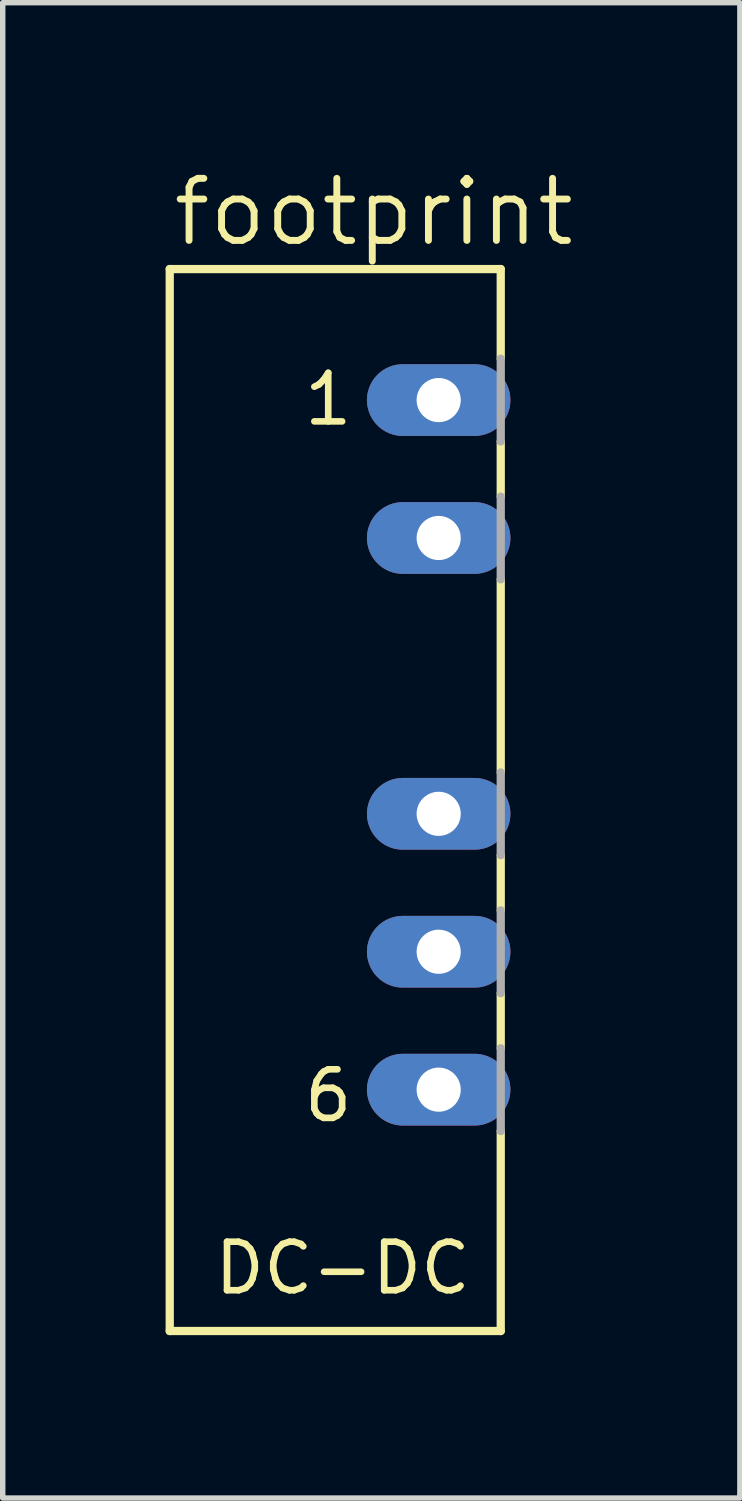
<source format=kicad_pcb>
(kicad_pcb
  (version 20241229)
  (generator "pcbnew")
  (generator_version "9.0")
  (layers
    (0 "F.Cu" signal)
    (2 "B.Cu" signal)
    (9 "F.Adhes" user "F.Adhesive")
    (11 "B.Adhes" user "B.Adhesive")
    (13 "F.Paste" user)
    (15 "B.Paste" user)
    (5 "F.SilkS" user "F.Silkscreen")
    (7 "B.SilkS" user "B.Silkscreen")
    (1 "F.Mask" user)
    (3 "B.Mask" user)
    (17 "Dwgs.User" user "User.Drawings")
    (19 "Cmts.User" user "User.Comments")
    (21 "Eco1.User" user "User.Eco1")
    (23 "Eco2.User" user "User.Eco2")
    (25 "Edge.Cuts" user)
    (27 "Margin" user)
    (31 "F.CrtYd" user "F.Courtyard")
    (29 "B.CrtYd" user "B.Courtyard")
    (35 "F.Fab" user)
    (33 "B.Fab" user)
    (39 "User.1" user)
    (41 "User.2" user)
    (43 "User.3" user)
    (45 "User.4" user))
  (footprint "footprint"
    (layer "F.Cu")
    (at 5.029 10.668)
    (property "Reference" "footprint" (at -4.953 -9.144 0) (layer "F.SilkS") (effects (font (size 1.143 1.143) (thickness 0.127)) (justify left bottom)))
    (fp_line (start -4.953 -8.763) (end -4.953 10.795) (stroke (width 0.152) (type solid)) (layer "F.SilkS"))
    (fp_line (start -4.953 10.795) (end 1.143 10.795) (stroke (width 0.152) (type solid)) (layer "F.SilkS"))
    (fp_line (start 1.143 -8.763) (end -4.953 -8.763) (stroke (width 0.152) (type solid)) (layer "F.SilkS"))
    (fp_line (start 1.143 -7.112) (end 1.143 -8.763) (stroke (width 0.152) (type solid)) (layer "F.SilkS"))
    (fp_line (start 1.143 -4.572) (end 1.143 -5.588) (stroke (width 0.152) (type solid)) (layer "F.SilkS"))
    (fp_line (start 1.143 0.508) (end 1.143 -3.048) (stroke (width 0.152) (type solid)) (layer "F.SilkS"))
    (fp_line (start 1.143 3.048) (end 1.143 2.032) (stroke (width 0.152) (type solid)) (layer "F.SilkS"))
    (fp_line (start 1.143 5.588) (end 1.143 4.572) (stroke (width 0.152) (type solid)) (layer "F.SilkS"))
    (fp_line (start 1.143 10.795) (end 1.143 7.112) (stroke (width 0.152) (type solid)) (layer "F.SilkS"))
    (fp_line (start 1.143 -5.588) (end 1.143 -7.112) (stroke (width 0.152) (type solid)) (layer "F.Fab"))
    (fp_line (start 1.143 -3.048) (end 1.143 -4.572) (stroke (width 0.152) (type solid)) (layer "F.Fab"))
    (fp_line (start 1.143 2.032) (end 1.143 0.508) (stroke (width 0.152) (type solid)) (layer "F.Fab"))
    (fp_line (start 1.143 4.572) (end 1.143 3.048) (stroke (width 0.152) (type solid)) (layer "F.Fab"))
    (fp_line (start 1.143 7.112) (end 1.143 5.588) (stroke (width 0.152) (type solid)) (layer "F.Fab"))
    (fp_text user "1" (at -2.54 -5.842 0) (layer "F.SilkS") (effects (font (size 0.894 0.894) (thickness 0.122)) (justify left bottom)))
    (fp_text user "6" (at -2.54 6.985 0) (layer "F.SilkS") (effects (font (size 0.894 0.894) (thickness 0.122)) (justify left bottom)))
    (fp_text user "DC-DC" (at -4.191 10.16 0) (layer "F.SilkS") (effects (font (size 0.894 0.894) (thickness 0.122)) (justify left bottom)))
    (pad "1" thru_hole oval (at 0 -6.35) (size 2.642 1.321) (drill 0.813) (layers "*.Cu" "*.Mask"))
    (pad "2" thru_hole oval (at 0 -3.81) (size 2.642 1.321) (drill 0.813) (layers "*.Cu" "*.Mask"))
    (pad "4" thru_hole oval (at 0 1.27) (size 2.642 1.321) (drill 0.813) (layers "*.Cu" "*.Mask"))
    (pad "5" thru_hole oval (at 0 3.81) (size 2.642 1.321) (drill 0.813) (layers "*.Cu" "*.Mask"))
    (pad "6" thru_hole oval (at 0 6.35) (size 2.642 1.321) (drill 0.813) (layers "*.Cu" "*.Mask")))
  (gr_rect
    (start -3 -3)
    (end 10.576 24.539)
    (stroke (width 0.1) (type default))
    (fill no)
    (layer "Edge.Cuts")))
</source>
